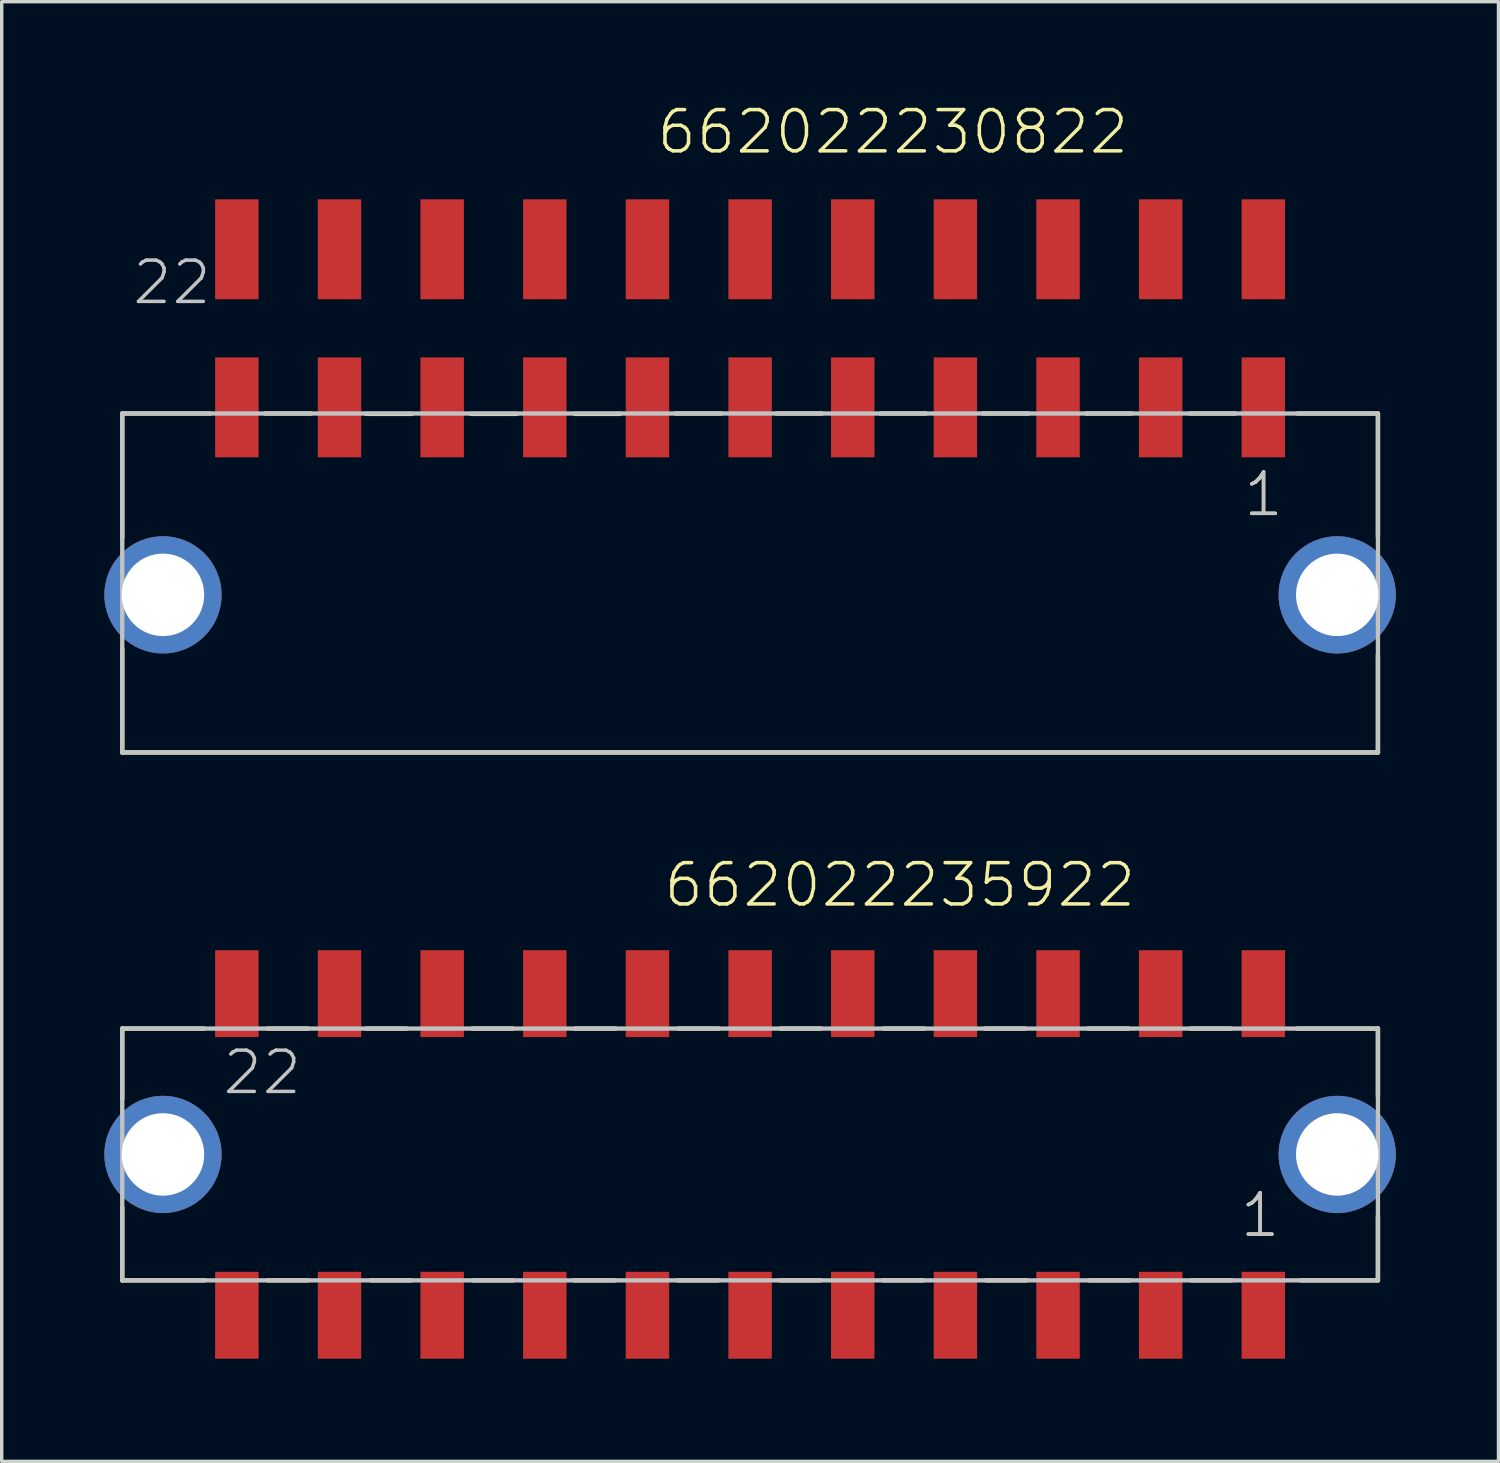
<source format=kicad_pcb>
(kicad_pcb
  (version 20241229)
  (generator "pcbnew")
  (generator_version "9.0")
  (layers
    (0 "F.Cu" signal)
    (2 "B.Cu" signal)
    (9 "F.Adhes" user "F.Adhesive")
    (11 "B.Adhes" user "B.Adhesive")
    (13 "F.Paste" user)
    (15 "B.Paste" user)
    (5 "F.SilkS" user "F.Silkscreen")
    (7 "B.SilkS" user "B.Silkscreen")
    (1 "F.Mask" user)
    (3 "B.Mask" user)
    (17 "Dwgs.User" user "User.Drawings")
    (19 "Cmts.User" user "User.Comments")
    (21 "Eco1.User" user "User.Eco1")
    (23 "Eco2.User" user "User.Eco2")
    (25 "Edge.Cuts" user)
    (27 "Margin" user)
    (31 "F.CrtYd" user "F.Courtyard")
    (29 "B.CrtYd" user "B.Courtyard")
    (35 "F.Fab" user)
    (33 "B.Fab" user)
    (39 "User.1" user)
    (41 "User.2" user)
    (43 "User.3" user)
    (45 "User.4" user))
  (footprint "662022230822"
    (layer "F.Cu")
    (at 18.873 14.336)
    (property "Reference" "662022230822" (at -2.785 -12.825 0) (layer "F.SilkS") (effects (font (size 1.206 1.206) (thickness 0.102)) (justify left bottom)))
    (attr through_hole)
    (fp_line (start -18.35 -5.3) (end -18.35 -1.66) (stroke (width 0.127) (type solid)) (layer "F.SilkS"))
    (fp_line (start -18.35 1.57) (end -18.35 4.61) (stroke (width 0.127) (type solid)) (layer "F.SilkS"))
    (fp_line (start -18.35 4.61) (end 18.35 4.61) (stroke (width 0.127) (type solid)) (layer "F.SilkS"))
    (fp_line (start -15.78 -5.3) (end -18.35 -5.3) (stroke (width 0.127) (type solid)) (layer "F.SilkS"))
    (fp_line (start -14.17 -5.3) (end -12.84 -5.3) (stroke (width 0.127) (type solid)) (layer "F.SilkS"))
    (fp_line (start -11.22 -5.29) (end -9.89 -5.29) (stroke (width 0.127) (type solid)) (layer "F.SilkS"))
    (fp_line (start -8.15 -5.29) (end -6.82 -5.29) (stroke (width 0.127) (type solid)) (layer "F.SilkS"))
    (fp_line (start -5.13 -5.29) (end -3.8 -5.29) (stroke (width 0.127) (type solid)) (layer "F.SilkS"))
    (fp_line (start -2.17 -5.3) (end -0.84 -5.3) (stroke (width 0.127) (type solid)) (layer "F.SilkS"))
    (fp_line (start 0.77 -5.3) (end 2.1 -5.3) (stroke (width 0.127) (type solid)) (layer "F.SilkS"))
    (fp_line (start 3.81 -5.3) (end 5.14 -5.3) (stroke (width 0.127) (type solid)) (layer "F.SilkS"))
    (fp_line (start 6.8 -5.3) (end 8.13 -5.3) (stroke (width 0.127) (type solid)) (layer "F.SilkS"))
    (fp_line (start 9.82 -5.3) (end 11.15 -5.3) (stroke (width 0.127) (type solid)) (layer "F.SilkS"))
    (fp_line (start 12.85 -5.3) (end 14.18 -5.3) (stroke (width 0.127) (type solid)) (layer "F.SilkS"))
    (fp_line (start 16 -5.3) (end 18.35 -5.3) (stroke (width 0.127) (type solid)) (layer "F.SilkS"))
    (fp_line (start 18.35 -5.3) (end 18.35 -1.7) (stroke (width 0.127) (type solid)) (layer "F.SilkS"))
    (fp_line (start 18.35 4.61) (end 18.35 1.76) (stroke (width 0.127) (type solid)) (layer "F.SilkS"))
    (fp_line (start -18.35 -5.3) (end 18.35 -5.3) (stroke (width 0.127) (type solid)) (layer "Dwgs.User"))
    (fp_line (start -18.35 4.6) (end -18.35 -5.3) (stroke (width 0.127) (type solid)) (layer "Dwgs.User"))
    (fp_line (start 18.35 -5.3) (end 18.35 4.6) (stroke (width 0.127) (type solid)) (layer "Dwgs.User"))
    (fp_line (start 18.35 4.6) (end -18.35 4.6) (stroke (width 0.127) (type solid)) (layer "Dwgs.User"))
    (fp_text user "1" (at 14.365 -2.23 0) (layer "F.SilkS") (effects (font (size 1.206 1.206) (thickness 0.102)) (justify left bottom)))
    (fp_text user "22" (at -18.115 -8.425 0) (layer "Dwgs.User") (effects (font (size 1.206 1.206) (thickness 0.102)) (justify left bottom)))
    (fp_text user "1" (at 14.365 -2.23 0) (layer "Dwgs.User") (effects (font (size 1.206 1.206) (thickness 0.102)) (justify left bottom)))
    (pad "1" smd rect (at 15 -5.48 90) (size 2.92 1.27) (layers "F.Cu" "F.Mask" "F.Paste"))
    (pad "2" smd rect (at 12 -5.48 90) (size 2.92 1.27) (layers "F.Cu" "F.Mask" "F.Paste"))
    (pad "3" smd rect (at 9 -5.48 90) (size 2.92 1.27) (layers "F.Cu" "F.Mask" "F.Paste"))
    (pad "4" smd rect (at 6 -5.48 90) (size 2.92 1.27) (layers "F.Cu" "F.Mask" "F.Paste"))
    (pad "5" smd rect (at 3 -5.48 90) (size 2.92 1.27) (layers "F.Cu" "F.Mask" "F.Paste"))
    (pad "6" smd rect (at 0 -5.48 90) (size 2.92 1.27) (layers "F.Cu" "F.Mask" "F.Paste"))
    (pad "7" smd rect (at -3 -5.48 90) (size 2.92 1.27) (layers "F.Cu" "F.Mask" "F.Paste"))
    (pad "8" smd rect (at -6 -5.48 90) (size 2.92 1.27) (layers "F.Cu" "F.Mask" "F.Paste"))
    (pad "9" smd rect (at -9 -5.48 90) (size 2.92 1.27) (layers "F.Cu" "F.Mask" "F.Paste"))
    (pad "10" smd rect (at -12 -5.48 90) (size 2.92 1.27) (layers "F.Cu" "F.Mask" "F.Paste"))
    (pad "11" smd rect (at -15 -5.48 90) (size 2.92 1.27) (layers "F.Cu" "F.Mask" "F.Paste"))
    (pad "12" smd rect (at 15 -10.1 90) (size 2.92 1.27) (layers "F.Cu" "F.Mask" "F.Paste"))
    (pad "13" smd rect (at 12 -10.1 90) (size 2.92 1.27) (layers "F.Cu" "F.Mask" "F.Paste"))
    (pad "14" smd rect (at 9 -10.1 90) (size 2.92 1.27) (layers "F.Cu" "F.Mask" "F.Paste"))
    (pad "15" smd rect (at 6 -10.1 90) (size 2.92 1.27) (layers "F.Cu" "F.Mask" "F.Paste"))
    (pad "16" smd rect (at 3 -10.1 90) (size 2.92 1.27) (layers "F.Cu" "F.Mask" "F.Paste"))
    (pad "17" smd rect (at 0 -10.1 90) (size 2.92 1.27) (layers "F.Cu" "F.Mask" "F.Paste"))
    (pad "18" smd rect (at -3 -10.1 90) (size 2.92 1.27) (layers "F.Cu" "F.Mask" "F.Paste"))
    (pad "19" smd rect (at -6 -10.1 90) (size 2.92 1.27) (layers "F.Cu" "F.Mask" "F.Paste"))
    (pad "20" smd rect (at -9 -10.1 90) (size 2.92 1.27) (layers "F.Cu" "F.Mask" "F.Paste"))
    (pad "21" smd rect (at -12 -10.1 90) (size 2.92 1.27) (layers "F.Cu" "F.Mask" "F.Paste"))
    (pad "22" smd rect (at -15 -10.1 90) (size 2.92 1.27) (layers "F.Cu" "F.Mask" "F.Paste"))
    (pad "Z1" thru_hole circle (at -17.16 0) (size 3.426 3.426) (drill 2.41) (layers "*.Cu" "*.Mask"))
    (pad "Z2" thru_hole circle (at 17.16 0) (size 3.426 3.426) (drill 2.41) (layers "*.Cu" "*.Mask")))
  (footprint "662022235922"
    (layer "F.Cu")
    (at 18.873 30.691)
    (property "Reference" "662022235922" (at -2.58 -7.17 0) (layer "F.SilkS") (effects (font (size 1.206 1.206) (thickness 0.102)) (justify left bottom)))
    (attr through_hole)
    (fp_line (start -18.35 -3.68) (end -18.35 -1.63) (stroke (width 0.127) (type solid)) (layer "F.SilkS"))
    (fp_line (start -18.35 1.55) (end -18.35 3.68) (stroke (width 0.127) (type solid)) (layer "F.SilkS"))
    (fp_line (start -18.35 3.68) (end -15.95 3.68) (stroke (width 0.127) (type solid)) (layer "F.SilkS"))
    (fp_line (start -15.96 -3.68) (end -18.35 -3.68) (stroke (width 0.127) (type solid)) (layer "F.SilkS"))
    (fp_line (start -14.1 -3.68) (end -12.92 -3.68) (stroke (width 0.127) (type solid)) (layer "F.SilkS"))
    (fp_line (start -14.1 3.68) (end -12.92 3.68) (stroke (width 0.127) (type solid)) (layer "F.SilkS"))
    (fp_line (start -11.22 -3.68) (end -10.04 -3.68) (stroke (width 0.127) (type solid)) (layer "F.SilkS"))
    (fp_line (start -11.08 3.68) (end -9.9 3.68) (stroke (width 0.127) (type solid)) (layer "F.SilkS"))
    (fp_line (start -8.12 -3.68) (end -6.94 -3.68) (stroke (width 0.127) (type solid)) (layer "F.SilkS"))
    (fp_line (start -8.1 3.68) (end -6.92 3.68) (stroke (width 0.127) (type solid)) (layer "F.SilkS"))
    (fp_line (start -5.14 3.68) (end -3.96 3.68) (stroke (width 0.127) (type solid)) (layer "F.SilkS"))
    (fp_line (start -5.11 -3.68) (end -3.93 -3.68) (stroke (width 0.127) (type solid)) (layer "F.SilkS"))
    (fp_line (start -2.11 3.68) (end -0.93 3.68) (stroke (width 0.127) (type solid)) (layer "F.SilkS"))
    (fp_line (start -2.1 -3.68) (end -0.92 -3.68) (stroke (width 0.127) (type solid)) (layer "F.SilkS"))
    (fp_line (start 0.87 3.68) (end 2.05 3.68) (stroke (width 0.127) (type solid)) (layer "F.SilkS"))
    (fp_line (start 0.89 -3.68) (end 2.07 -3.68) (stroke (width 0.127) (type solid)) (layer "F.SilkS"))
    (fp_line (start 3.89 3.68) (end 5.07 3.68) (stroke (width 0.127) (type solid)) (layer "F.SilkS"))
    (fp_line (start 3.91 -3.68) (end 5.09 -3.68) (stroke (width 0.127) (type solid)) (layer "F.SilkS"))
    (fp_line (start 6.86 -3.68) (end 8.04 -3.68) (stroke (width 0.127) (type solid)) (layer "F.SilkS"))
    (fp_line (start 6.9 3.68) (end 8.08 3.68) (stroke (width 0.127) (type solid)) (layer "F.SilkS"))
    (fp_line (start 9.88 -3.68) (end 11.06 -3.68) (stroke (width 0.127) (type solid)) (layer "F.SilkS"))
    (fp_line (start 9.92 3.68) (end 11.1 3.68) (stroke (width 0.127) (type solid)) (layer "F.SilkS"))
    (fp_line (start 12.87 -3.68) (end 14.05 -3.68) (stroke (width 0.127) (type solid)) (layer "F.SilkS"))
    (fp_line (start 12.9 3.68) (end 14.08 3.68) (stroke (width 0.127) (type solid)) (layer "F.SilkS"))
    (fp_line (start 15.99 -3.68) (end 18.35 -3.68) (stroke (width 0.127) (type solid)) (layer "F.SilkS"))
    (fp_line (start 18.35 -3.68) (end 18.35 -1.7) (stroke (width 0.127) (type solid)) (layer "F.SilkS"))
    (fp_line (start 18.35 1.8) (end 18.35 3.68) (stroke (width 0.127) (type solid)) (layer "F.SilkS"))
    (fp_line (start 18.35 3.68) (end 16.08 3.68) (stroke (width 0.127) (type solid)) (layer "F.SilkS"))
    (fp_line (start -18.35 -3.68) (end 18.35 -3.68) (stroke (width 0.127) (type solid)) (layer "Dwgs.User"))
    (fp_line (start -18.35 3.68) (end -18.35 -3.68) (stroke (width 0.127) (type solid)) (layer "Dwgs.User"))
    (fp_line (start 18.35 -3.68) (end 18.35 3.68) (stroke (width 0.127) (type solid)) (layer "Dwgs.User"))
    (fp_line (start 18.35 3.68) (end -18.35 3.68) (stroke (width 0.127) (type solid)) (layer "Dwgs.User"))
    (fp_text user "1" (at 14.265 2.48 0) (layer "F.SilkS") (effects (font (size 1.206 1.206) (thickness 0.102)) (justify left bottom)))
    (fp_text user "1" (at 14.265 2.48 0) (layer "Dwgs.User") (effects (font (size 1.206 1.206) (thickness 0.102)) (justify left bottom)))
    (fp_text user "22" (at -15.475 -1.69 0) (layer "Dwgs.User") (effects (font (size 1.206 1.206) (thickness 0.102)) (justify left bottom)))
    (pad "1" smd rect (at 15 4.7 90) (size 2.54 1.27) (layers "F.Cu" "F.Mask" "F.Paste"))
    (pad "2" smd rect (at 12 4.7 90) (size 2.54 1.27) (layers "F.Cu" "F.Mask" "F.Paste"))
    (pad "3" smd rect (at 9 4.7 90) (size 2.54 1.27) (layers "F.Cu" "F.Mask" "F.Paste"))
    (pad "4" smd rect (at 6 4.7 90) (size 2.54 1.27) (layers "F.Cu" "F.Mask" "F.Paste"))
    (pad "5" smd rect (at 3 4.7 90) (size 2.54 1.27) (layers "F.Cu" "F.Mask" "F.Paste"))
    (pad "6" smd rect (at 0 4.7 90) (size 2.54 1.27) (layers "F.Cu" "F.Mask" "F.Paste"))
    (pad "7" smd rect (at -3 4.7 90) (size 2.54 1.27) (layers "F.Cu" "F.Mask" "F.Paste"))
    (pad "8" smd rect (at -6 4.7 90) (size 2.54 1.27) (layers "F.Cu" "F.Mask" "F.Paste"))
    (pad "9" smd rect (at -9 4.7 90) (size 2.54 1.27) (layers "F.Cu" "F.Mask" "F.Paste"))
    (pad "10" smd rect (at -12 4.7 90) (size 2.54 1.27) (layers "F.Cu" "F.Mask" "F.Paste"))
    (pad "11" smd rect (at -15 4.7 90) (size 2.54 1.27) (layers "F.Cu" "F.Mask" "F.Paste"))
    (pad "12" smd rect (at 15 -4.7 90) (size 2.54 1.27) (layers "F.Cu" "F.Mask" "F.Paste"))
    (pad "13" smd rect (at 12 -4.7 90) (size 2.54 1.27) (layers "F.Cu" "F.Mask" "F.Paste"))
    (pad "14" smd rect (at 9 -4.7 90) (size 2.54 1.27) (layers "F.Cu" "F.Mask" "F.Paste"))
    (pad "15" smd rect (at 6 -4.7 90) (size 2.54 1.27) (layers "F.Cu" "F.Mask" "F.Paste"))
    (pad "16" smd rect (at 3 -4.7 90) (size 2.54 1.27) (layers "F.Cu" "F.Mask" "F.Paste"))
    (pad "17" smd rect (at 0 -4.7 90) (size 2.54 1.27) (layers "F.Cu" "F.Mask" "F.Paste"))
    (pad "18" smd rect (at -3 -4.7 90) (size 2.54 1.27) (layers "F.Cu" "F.Mask" "F.Paste"))
    (pad "19" smd rect (at -6 -4.7 90) (size 2.54 1.27) (layers "F.Cu" "F.Mask" "F.Paste"))
    (pad "20" smd rect (at -9 -4.7 90) (size 2.54 1.27) (layers "F.Cu" "F.Mask" "F.Paste"))
    (pad "21" smd rect (at -12 -4.7 90) (size 2.54 1.27) (layers "F.Cu" "F.Mask" "F.Paste"))
    (pad "22" smd rect (at -15 -4.7 90) (size 2.54 1.27) (layers "F.Cu" "F.Mask" "F.Paste"))
    (pad "Z1" thru_hole circle (at -17.16 0) (size 3.426 3.426) (drill 2.41) (layers "*.Cu" "*.Mask"))
    (pad "Z2" thru_hole circle (at 17.16 0) (size 3.426 3.426) (drill 2.41) (layers "*.Cu" "*.Mask")))
  (gr_rect
    (start -3 -3)
    (end 40.746 39.661)
    (stroke (width 0.1) (type default))
    (fill no)
    (layer "Edge.Cuts")))
</source>
